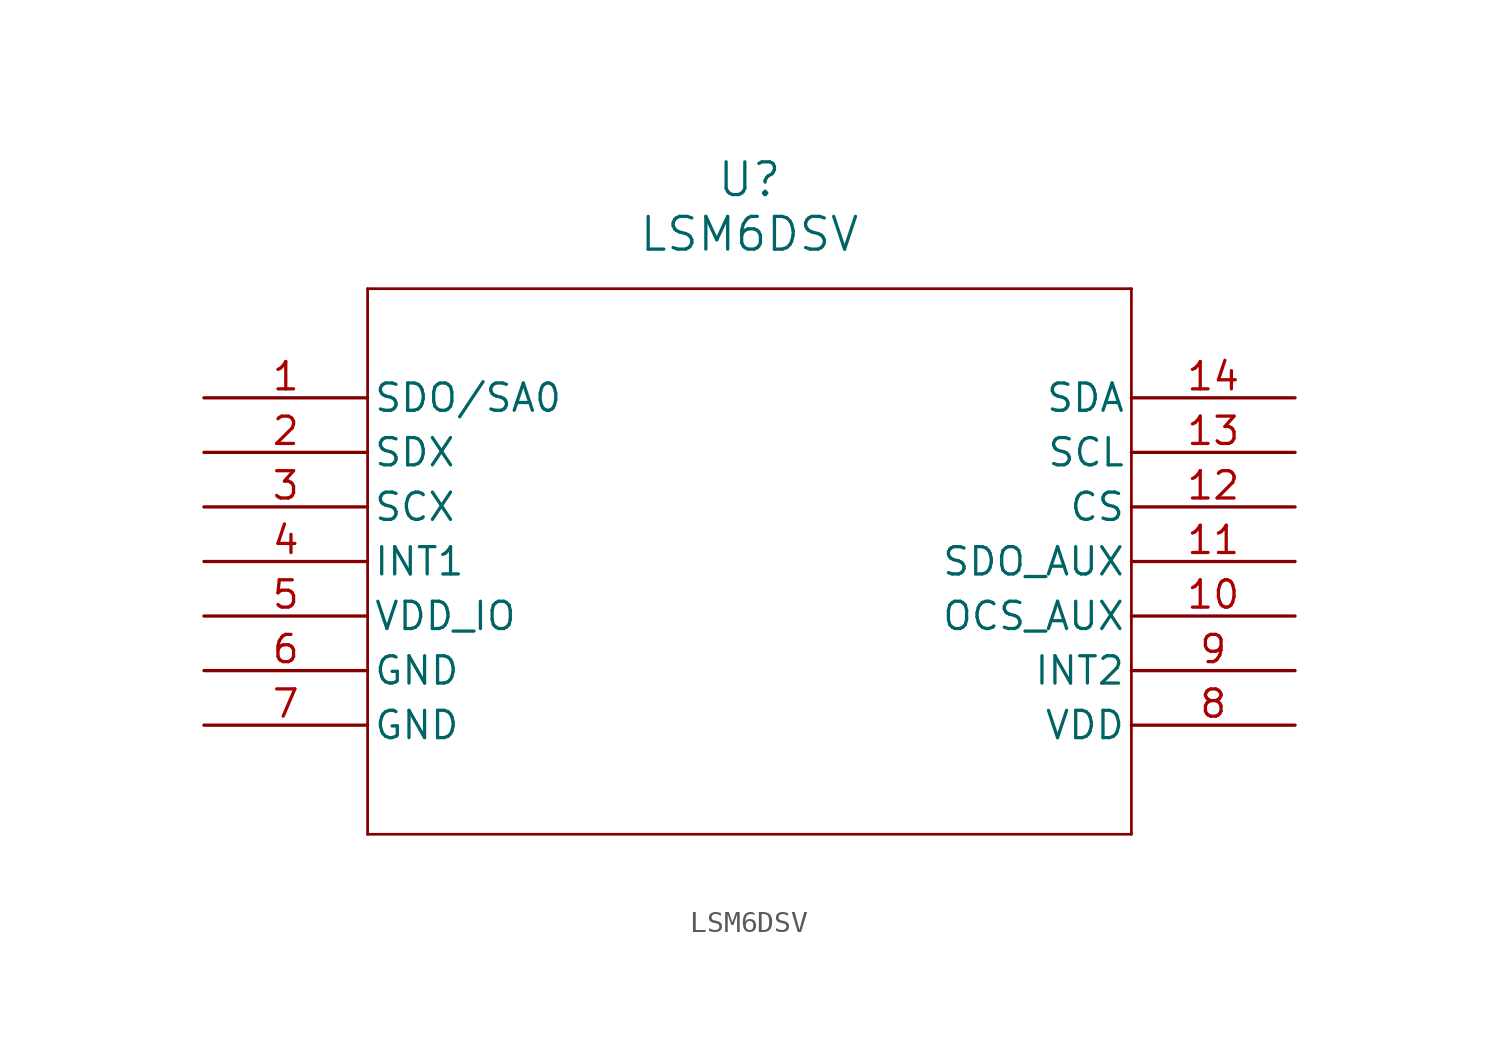
<source format=kicad_sym>
(kicad_symbol_lib
  (version 20211014)
  (generator kicad_symbol_editor)
  (symbol "LSM6DSV"
    (pin_names
      (offset 0.254))
    (property "Reference" "U"
      (at 25.4 10.16 0)
      (effects (font (size 1.524 1.524))))
    (property "Value" "LSM6DSV"
      (at 25.4 7.62 0)
      (effects (font (size 1.524 1.524))))
    (symbol "LSM6DSV_0_1"
      (polyline (pts (xy 7.62 5.08) (xy 7.62 -20.32)) (stroke (width 0.127) (type default) (color 0 0 0 0)) (fill (type none)))
      (polyline (pts (xy 7.62 -20.32) (xy 43.18 -20.32)) (stroke (width 0.127) (type default) (color 0 0 0 0)) (fill (type none)))
      (polyline (pts (xy 43.18 -20.32) (xy 43.18 5.08)) (stroke (width 0.127) (type default) (color 0 0 0 0)) (fill (type none)))
      (polyline (pts (xy 43.18 5.08) (xy 7.62 5.08)) (stroke (width 0.127) (type default) (color 0 0 0 0)) (fill (type none)))
      (pin unspecified line (at 0 0 0) (length 7.62) (name "SDO/SA0" (effects (font (size 1.27 1.27)))) (number "1" (effects (font (size 1.27 1.27)))))
      (pin unspecified line (at 0 -2.54 0) (length 7.62) (name "SDX" (effects (font (size 1.27 1.27)))) (number "2" (effects (font (size 1.27 1.27)))))
      (pin unspecified line (at 0 -5.08 0) (length 7.62) (name "SCX" (effects (font (size 1.27 1.27)))) (number "3" (effects (font (size 1.27 1.27)))))
      (pin unspecified line (at 0 -7.62 0) (length 7.62) (name "INT1" (effects (font (size 1.27 1.27)))) (number "4" (effects (font (size 1.27 1.27)))))
      (pin power_in line (at 0 -10.16 0) (length 7.62) (name "VDD_IO" (effects (font (size 1.27 1.27)))) (number "5" (effects (font (size 1.27 1.27)))))
      (pin power_out line (at 0 -12.7 0) (length 7.62) (name "GND" (effects (font (size 1.27 1.27)))) (number "6" (effects (font (size 1.27 1.27)))))
      (pin power_out line (at 0 -15.24 0) (length 7.62) (name "GND" (effects (font (size 1.27 1.27)))) (number "7" (effects (font (size 1.27 1.27)))))
      (pin power_in line (at 50.8 -15.24 180) (length 7.62) (name "VDD" (effects (font (size 1.27 1.27)))) (number "8" (effects (font (size 1.27 1.27)))))
      (pin unspecified line (at 50.8 -12.7 180) (length 7.62) (name "INT2" (effects (font (size 1.27 1.27)))) (number "9" (effects (font (size 1.27 1.27)))))
      (pin unspecified line (at 50.8 -10.16 180) (length 7.62) (name "OCS_AUX" (effects (font (size 1.27 1.27)))) (number "10" (effects (font (size 1.27 1.27)))))
      (pin unspecified line (at 50.8 -7.62 180) (length 7.62) (name "SDO_AUX" (effects (font (size 1.27 1.27)))) (number "11" (effects (font (size 1.27 1.27)))))
      (pin unspecified line (at 50.8 -5.08 180) (length 7.62) (name "CS" (effects (font (size 1.27 1.27)))) (number "12" (effects (font (size 1.27 1.27)))))
      (pin unspecified line (at 50.8 -2.54 180) (length 7.62) (name "SCL" (effects (font (size 1.27 1.27)))) (number "13" (effects (font (size 1.27 1.27)))))
      (pin unspecified line (at 50.8 0 180) (length 7.62) (name "SDA" (effects (font (size 1.27 1.27)))) (number "14" (effects (font (size 1.27 1.27))))))))
</source>
